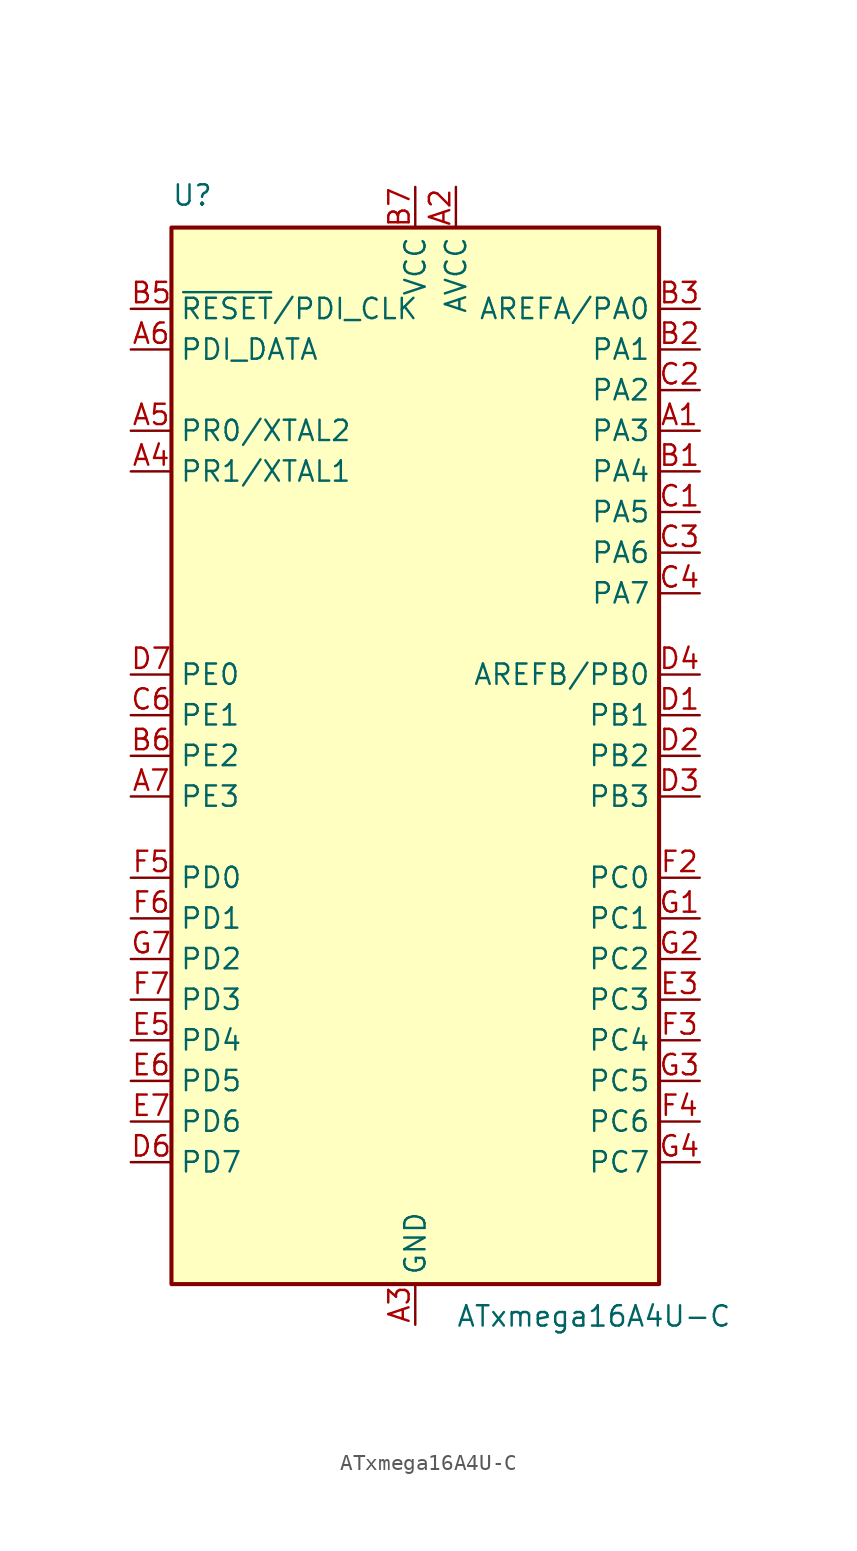
<source format=kicad_sym>
(kicad_symbol_lib
  (version 20211014)
  (generator kicad_symbol_editor)
  (symbol "ATxmega16A4U-C"
    (property "Reference" "U"
      (at -15.24 34.29 0)
      (effects (font (size 1.27 1.27)) (justify left bottom)))
    (property "Value" "ATxmega16A4U-C"
      (at 2.54 -34.29 0)
      (effects (font (size 1.27 1.27)) (justify left top)))
    (symbol "ATxmega16A4U-C_0_1"
      (rectangle (start -15.24 -33.02) (end 15.24 33.02) (stroke (width 0.254) (type default) (color 0 0 0 0)) (fill (type background))))
    (symbol "ATxmega16A4U-C_1_1"
      (pin bidirectional line (at 17.78 20.32 180) (length 2.54) (name "PA3" (effects (font (size 1.27 1.27)))) (number "A1" (effects (font (size 1.27 1.27)))))
      (pin power_in line (at 2.54 35.56 270) (length 2.54) (name "AVCC" (effects (font (size 1.27 1.27)))) (number "A2" (effects (font (size 1.27 1.27)))))
      (pin power_in line (at 0 -35.56 90) (length 2.54) (name "GND" (effects (font (size 1.27 1.27)))) (number "A3" (effects (font (size 1.27 1.27)))))
      (pin bidirectional line (at -17.78 17.78 0) (length 2.54) (name "PR1/XTAL1" (effects (font (size 1.27 1.27)))) (number "A4" (effects (font (size 1.27 1.27)))))
      (pin bidirectional line (at -17.78 20.32 0) (length 2.54) (name "PR0/XTAL2" (effects (font (size 1.27 1.27)))) (number "A5" (effects (font (size 1.27 1.27)))))
      (pin bidirectional line (at -17.78 25.4 0) (length 2.54) (name "PDI_DATA" (effects (font (size 1.27 1.27)))) (number "A6" (effects (font (size 1.27 1.27)))))
      (pin bidirectional line (at -17.78 -2.54 0) (length 2.54) (name "PE3" (effects (font (size 1.27 1.27)))) (number "A7" (effects (font (size 1.27 1.27)))))
      (pin bidirectional line (at 17.78 17.78 180) (length 2.54) (name "PA4" (effects (font (size 1.27 1.27)))) (number "B1" (effects (font (size 1.27 1.27)))))
      (pin bidirectional line (at 17.78 25.4 180) (length 2.54) (name "PA1" (effects (font (size 1.27 1.27)))) (number "B2" (effects (font (size 1.27 1.27)))))
      (pin bidirectional line (at 17.78 27.94 180) (length 2.54) (name "AREFA/PA0" (effects (font (size 1.27 1.27)))) (number "B3" (effects (font (size 1.27 1.27)))))
      (pin passive line (at 0 -35.56 90) (length 2.54) hide (name "GND" (effects (font (size 1.27 1.27)))) (number "B4" (effects (font (size 1.27 1.27)))))
      (pin input line (at -17.78 27.94 0) (length 2.54) (name "~{RESET}/PDI_CLK" (effects (font (size 1.27 1.27)))) (number "B5" (effects (font (size 1.27 1.27)))))
      (pin bidirectional line (at -17.78 0 0) (length 2.54) (name "PE2" (effects (font (size 1.27 1.27)))) (number "B6" (effects (font (size 1.27 1.27)))))
      (pin power_in line (at 0 35.56 270) (length 2.54) (name "VCC" (effects (font (size 1.27 1.27)))) (number "B7" (effects (font (size 1.27 1.27)))))
      (pin bidirectional line (at 17.78 15.24 180) (length 2.54) (name "PA5" (effects (font (size 1.27 1.27)))) (number "C1" (effects (font (size 1.27 1.27)))))
      (pin bidirectional line (at 17.78 22.86 180) (length 2.54) (name "PA2" (effects (font (size 1.27 1.27)))) (number "C2" (effects (font (size 1.27 1.27)))))
      (pin bidirectional line (at 17.78 12.7 180) (length 2.54) (name "PA6" (effects (font (size 1.27 1.27)))) (number "C3" (effects (font (size 1.27 1.27)))))
      (pin bidirectional line (at 17.78 10.16 180) (length 2.54) (name "PA7" (effects (font (size 1.27 1.27)))) (number "C4" (effects (font (size 1.27 1.27)))))
      (pin passive line (at 0 -35.56 90) (length 2.54) hide (name "GND" (effects (font (size 1.27 1.27)))) (number "C5" (effects (font (size 1.27 1.27)))))
      (pin bidirectional line (at -17.78 2.54 0) (length 2.54) (name "PE1" (effects (font (size 1.27 1.27)))) (number "C6" (effects (font (size 1.27 1.27)))))
      (pin passive line (at 0 -35.56 90) (length 2.54) hide (name "GND" (effects (font (size 1.27 1.27)))) (number "C7" (effects (font (size 1.27 1.27)))))
      (pin bidirectional line (at 17.78 2.54 180) (length 2.54) (name "PB1" (effects (font (size 1.27 1.27)))) (number "D1" (effects (font (size 1.27 1.27)))))
      (pin bidirectional line (at 17.78 0 180) (length 2.54) (name "PB2" (effects (font (size 1.27 1.27)))) (number "D2" (effects (font (size 1.27 1.27)))))
      (pin bidirectional line (at 17.78 -2.54 180) (length 2.54) (name "PB3" (effects (font (size 1.27 1.27)))) (number "D3" (effects (font (size 1.27 1.27)))))
      (pin bidirectional line (at 17.78 5.08 180) (length 2.54) (name "AREFB/PB0" (effects (font (size 1.27 1.27)))) (number "D4" (effects (font (size 1.27 1.27)))))
      (pin passive line (at 0 -35.56 90) (length 2.54) hide (name "GND" (effects (font (size 1.27 1.27)))) (number "D5" (effects (font (size 1.27 1.27)))))
      (pin bidirectional line (at -17.78 -25.4 0) (length 2.54) (name "PD7" (effects (font (size 1.27 1.27)))) (number "D6" (effects (font (size 1.27 1.27)))))
      (pin bidirectional line (at -17.78 5.08 0) (length 2.54) (name "PE0" (effects (font (size 1.27 1.27)))) (number "D7" (effects (font (size 1.27 1.27)))))
      (pin passive line (at 0 -35.56 90) (length 2.54) hide (name "GND" (effects (font (size 1.27 1.27)))) (number "E1" (effects (font (size 1.27 1.27)))))
      (pin passive line (at 0 -35.56 90) (length 2.54) hide (name "GND" (effects (font (size 1.27 1.27)))) (number "E2" (effects (font (size 1.27 1.27)))))
      (pin bidirectional line (at 17.78 -15.24 180) (length 2.54) (name "PC3" (effects (font (size 1.27 1.27)))) (number "E3" (effects (font (size 1.27 1.27)))))
      (pin passive line (at 0 -35.56 90) (length 2.54) hide (name "GND" (effects (font (size 1.27 1.27)))) (number "E4" (effects (font (size 1.27 1.27)))))
      (pin bidirectional line (at -17.78 -17.78 0) (length 2.54) (name "PD4" (effects (font (size 1.27 1.27)))) (number "E5" (effects (font (size 1.27 1.27)))))
      (pin bidirectional line (at -17.78 -20.32 0) (length 2.54) (name "PD5" (effects (font (size 1.27 1.27)))) (number "E6" (effects (font (size 1.27 1.27)))))
      (pin bidirectional line (at -17.78 -22.86 0) (length 2.54) (name "PD6" (effects (font (size 1.27 1.27)))) (number "E7" (effects (font (size 1.27 1.27)))))
      (pin passive line (at 0 35.56 270) (length 2.54) hide (name "VCC" (effects (font (size 1.27 1.27)))) (number "F1" (effects (font (size 1.27 1.27)))))
      (pin bidirectional line (at 17.78 -7.62 180) (length 2.54) (name "PC0" (effects (font (size 1.27 1.27)))) (number "F2" (effects (font (size 1.27 1.27)))))
      (pin bidirectional line (at 17.78 -17.78 180) (length 2.54) (name "PC4" (effects (font (size 1.27 1.27)))) (number "F3" (effects (font (size 1.27 1.27)))))
      (pin bidirectional line (at 17.78 -22.86 180) (length 2.54) (name "PC6" (effects (font (size 1.27 1.27)))) (number "F4" (effects (font (size 1.27 1.27)))))
      (pin bidirectional line (at -17.78 -7.62 0) (length 2.54) (name "PD0" (effects (font (size 1.27 1.27)))) (number "F5" (effects (font (size 1.27 1.27)))))
      (pin bidirectional line (at -17.78 -10.16 0) (length 2.54) (name "PD1" (effects (font (size 1.27 1.27)))) (number "F6" (effects (font (size 1.27 1.27)))))
      (pin bidirectional line (at -17.78 -15.24 0) (length 2.54) (name "PD3" (effects (font (size 1.27 1.27)))) (number "F7" (effects (font (size 1.27 1.27)))))
      (pin bidirectional line (at 17.78 -10.16 180) (length 2.54) (name "PC1" (effects (font (size 1.27 1.27)))) (number "G1" (effects (font (size 1.27 1.27)))))
      (pin bidirectional line (at 17.78 -12.7 180) (length 2.54) (name "PC2" (effects (font (size 1.27 1.27)))) (number "G2" (effects (font (size 1.27 1.27)))))
      (pin bidirectional line (at 17.78 -20.32 180) (length 2.54) (name "PC5" (effects (font (size 1.27 1.27)))) (number "G3" (effects (font (size 1.27 1.27)))))
      (pin bidirectional line (at 17.78 -25.4 180) (length 2.54) (name "PC7" (effects (font (size 1.27 1.27)))) (number "G4" (effects (font (size 1.27 1.27)))))
      (pin passive line (at 0 -35.56 90) (length 2.54) hide (name "GND" (effects (font (size 1.27 1.27)))) (number "G5" (effects (font (size 1.27 1.27)))))
      (pin passive line (at 0 35.56 270) (length 2.54) hide (name "VCC" (effects (font (size 1.27 1.27)))) (number "G6" (effects (font (size 1.27 1.27)))))
      (pin bidirectional line (at -17.78 -12.7 0) (length 2.54) (name "PD2" (effects (font (size 1.27 1.27)))) (number "G7" (effects (font (size 1.27 1.27))))))))
</source>
